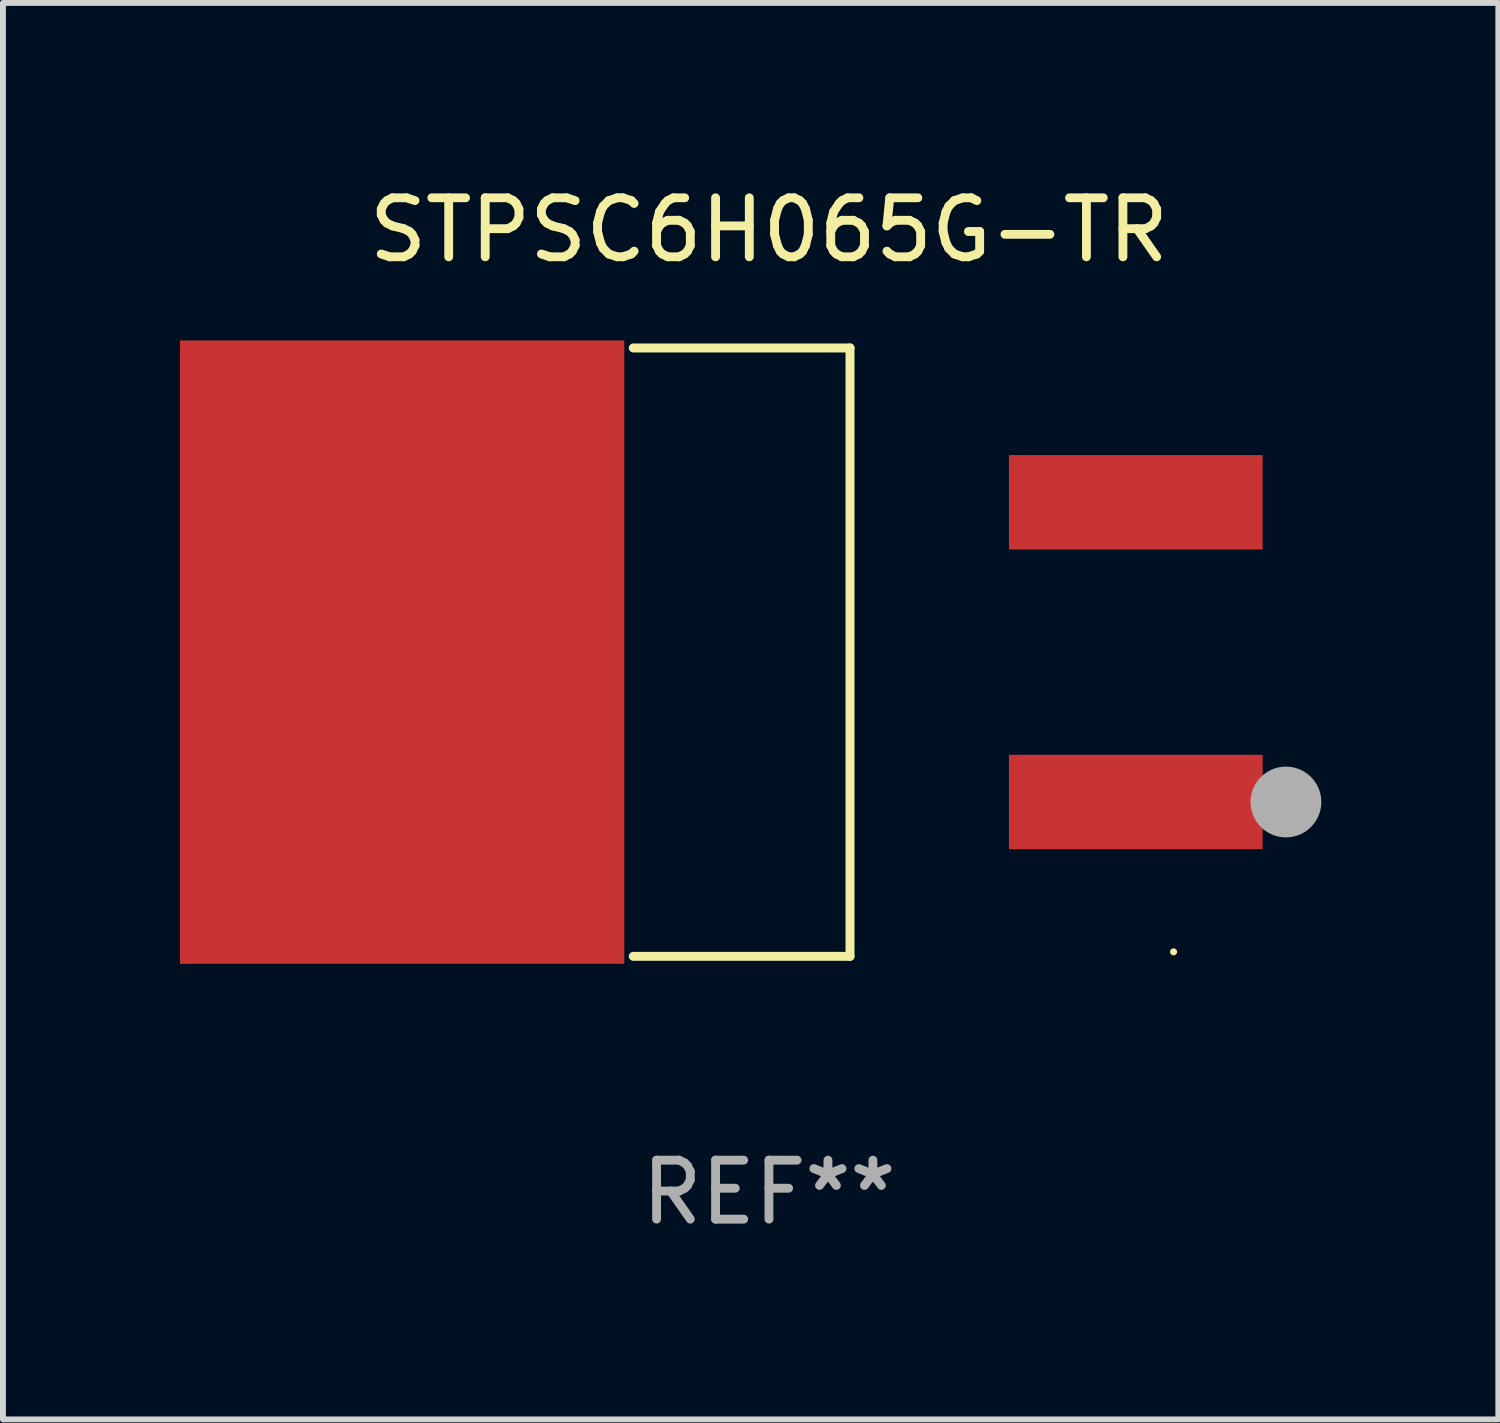
<source format=kicad_pcb>
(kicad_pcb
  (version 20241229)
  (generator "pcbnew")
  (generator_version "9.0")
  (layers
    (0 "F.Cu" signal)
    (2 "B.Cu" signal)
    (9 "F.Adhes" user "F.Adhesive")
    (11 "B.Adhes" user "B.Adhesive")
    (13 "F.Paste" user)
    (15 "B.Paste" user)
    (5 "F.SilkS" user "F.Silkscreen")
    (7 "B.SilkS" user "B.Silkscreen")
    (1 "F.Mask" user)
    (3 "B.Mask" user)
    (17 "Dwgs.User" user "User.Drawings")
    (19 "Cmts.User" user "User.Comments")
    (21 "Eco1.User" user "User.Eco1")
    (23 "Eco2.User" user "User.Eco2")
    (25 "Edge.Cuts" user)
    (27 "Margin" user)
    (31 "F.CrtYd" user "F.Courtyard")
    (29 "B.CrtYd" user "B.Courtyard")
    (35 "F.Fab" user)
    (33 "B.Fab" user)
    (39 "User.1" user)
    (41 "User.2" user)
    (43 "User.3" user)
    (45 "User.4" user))
  (footprint "STPSC6H065G-TR"
    (layer "F.Cu")
    (at 9.984 8.004)
    (property "Reference" "STPSC6H065G-TR" (at 0 -7.156 0) (layer "F.SilkS") (effects (font (size 1 1) (thickness 0.15))))
    (attr through_hole)
    (fp_line (start -2.3 -5.156) (end 1.374 -5.156) (stroke (width 0.152) (type solid)) (layer "F.SilkS"))
    (fp_line (start -2.3 5.156) (end 1.374 5.156) (stroke (width 0.152) (type solid)) (layer "F.SilkS"))
    (fp_line (start 1.374 5.156) (end 1.374 -5.156) (stroke (width 0.152) (type solid)) (layer "F.SilkS"))
    (fp_circle (center 6.858 5.08) (end 6.888 5.08) (stroke (width 0.06) (type solid)) (fill no) (layer "F.SilkS"))
    (fp_circle (center 8.763 2.54) (end 9.063 2.54) (stroke (width 0.6) (type solid)) (fill no) (layer "F.Fab"))
    (fp_text user "REF**" (at 0 9.156 0) (layer "F.Fab") (effects (font (size 1 1) (thickness 0.15))))
    (pad "1" smd rect (at 6.218 2.54 180) (size 4.3 1.6) (layers "F.Cu" "F.Mask" "F.Paste"))
    (pad "2" smd rect (at -6.218 0 180) (size 7.532 10.566) (layers "F.Cu" "F.Mask" "F.Paste"))
    (pad "3" smd rect (at 6.218 -2.54 180) (size 4.3 1.6) (layers "F.Cu" "F.Mask" "F.Paste")))
  (gr_rect
    (start -3 -3)
    (end 22.347 21.009)
    (stroke (width 0.1) (type default))
    (fill no)
    (layer "Edge.Cuts")))
</source>
